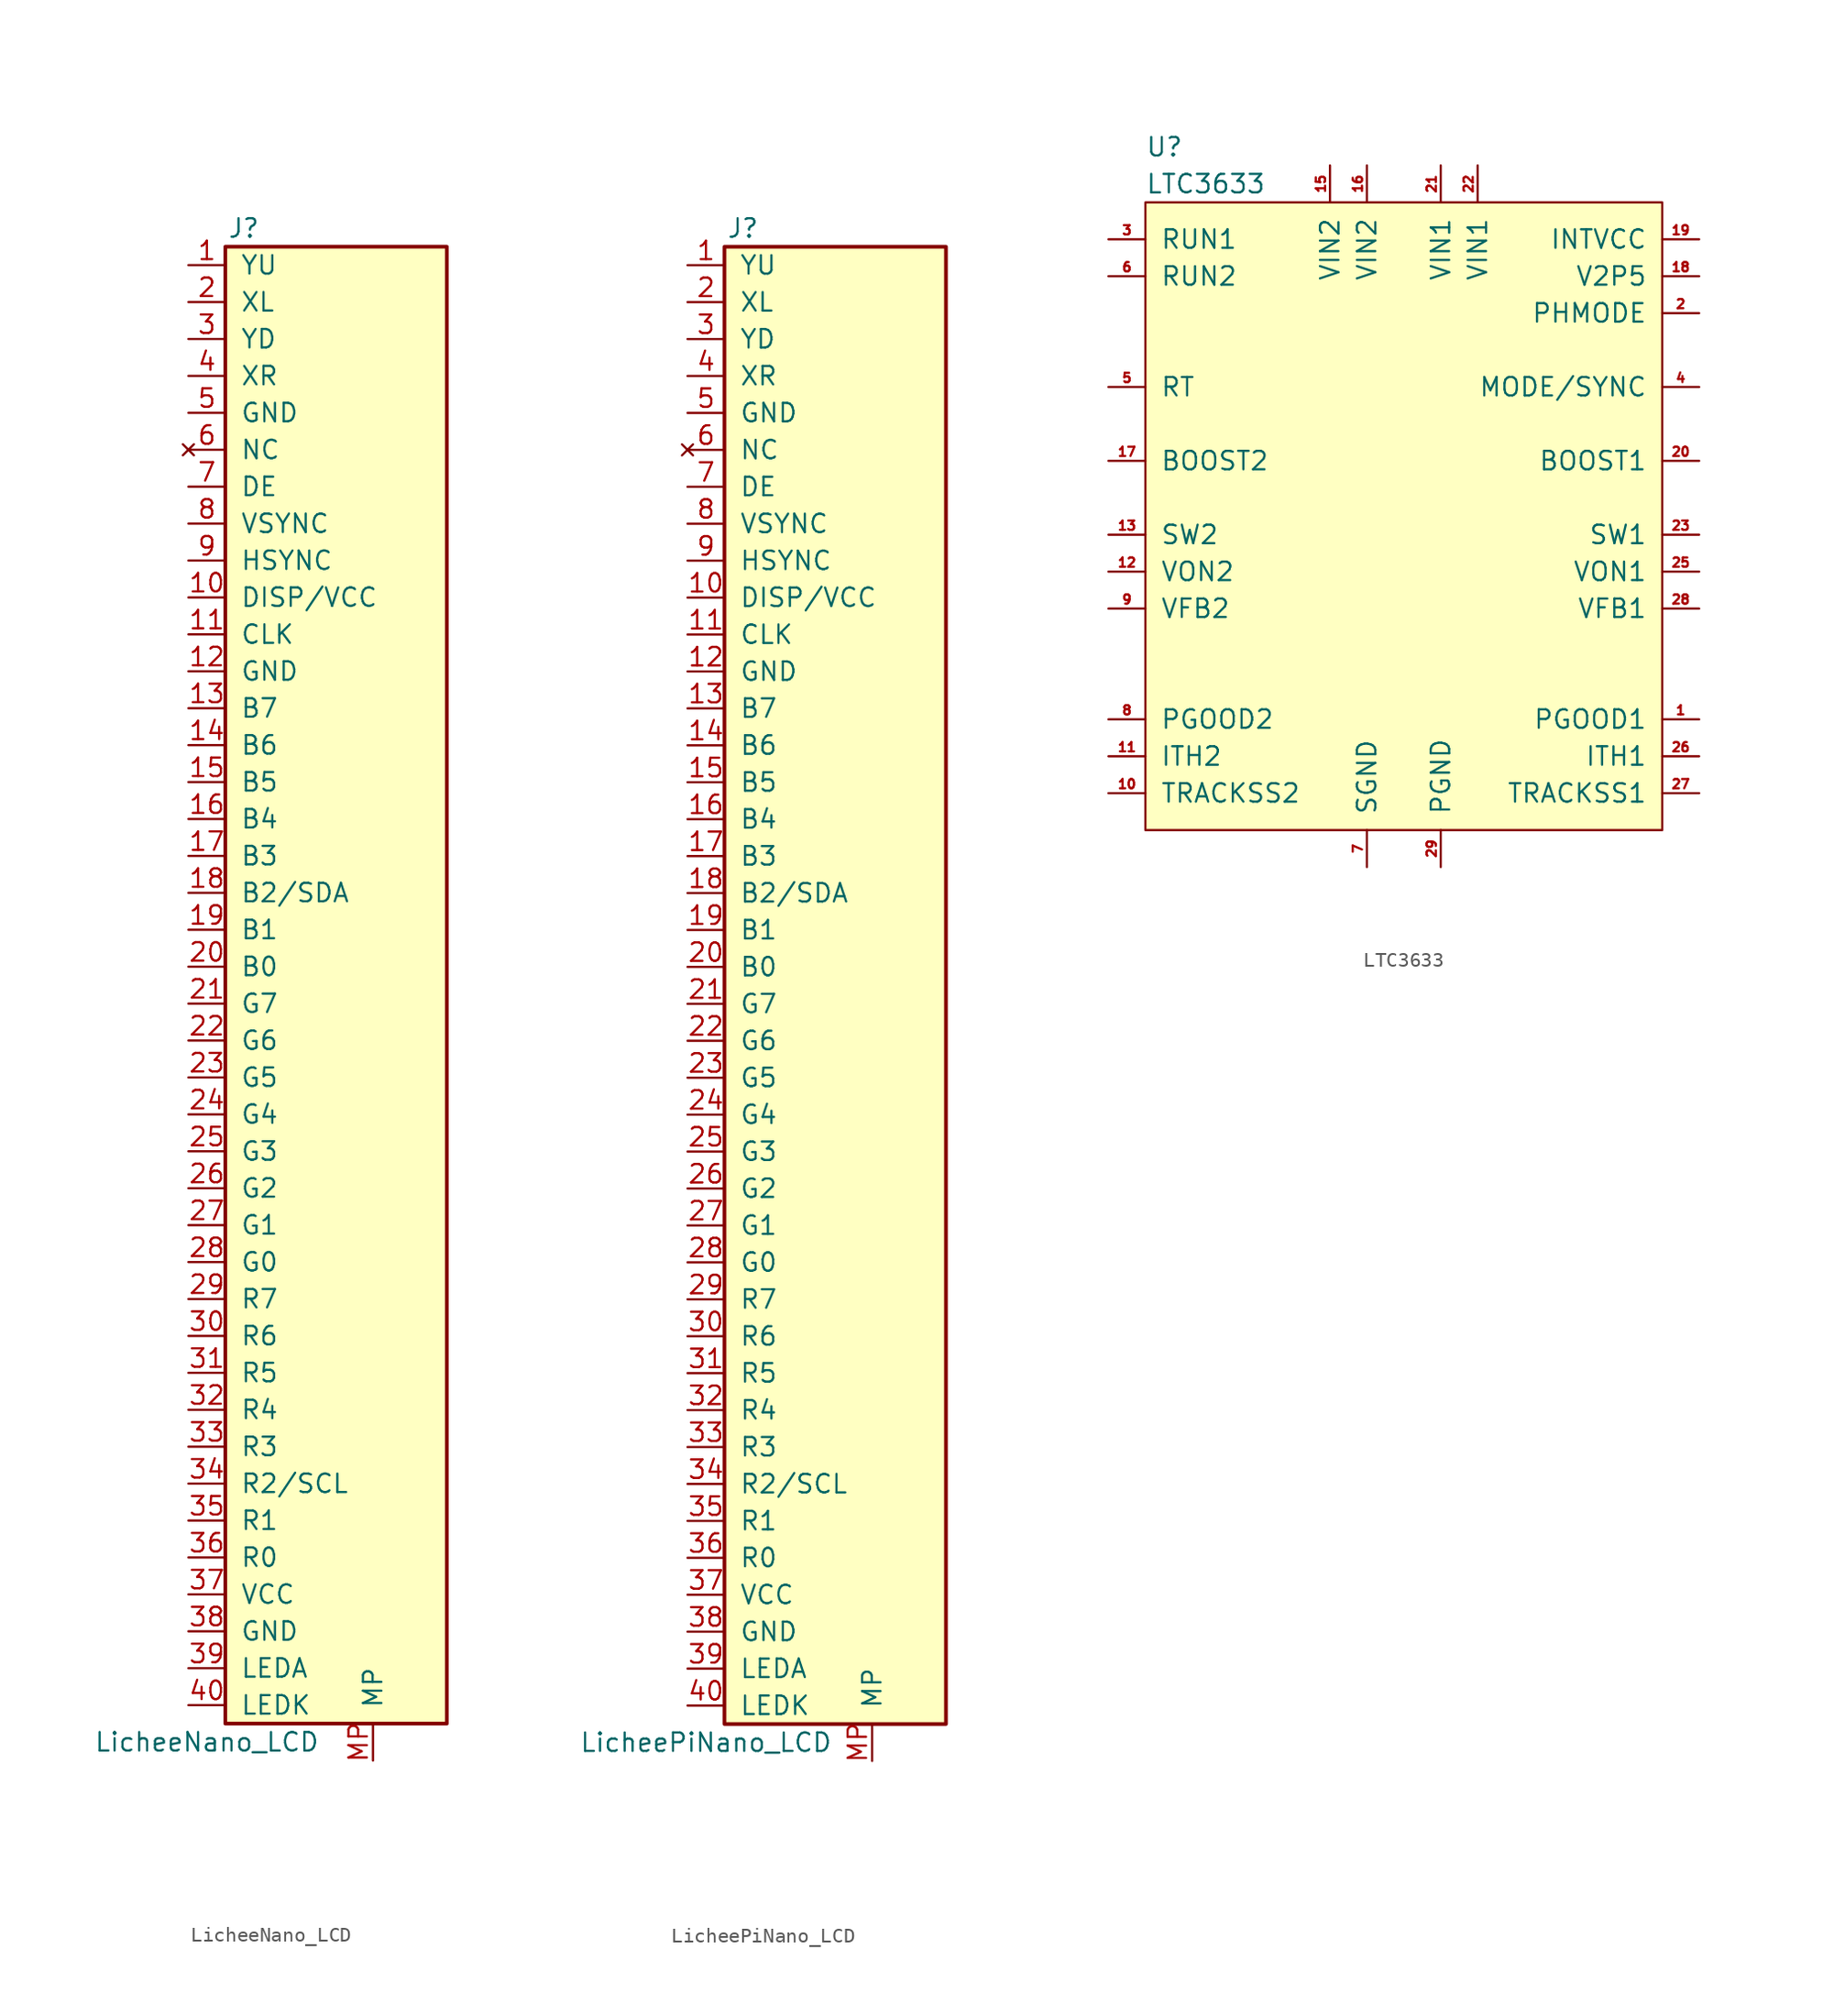
<source format=kicad_sym>
(kicad_symbol_lib
  (version 20211014)
  (generator kicad_symbol_editor)
  (symbol "LicheeNano_LCD"
    (pin_names
      (offset 1.016))
    (property "Reference" "J"
      (at -1.27 50.8 0)
      (effects (font (size 1.27 1.27))))
    (property "Value" "LicheeNano_LCD"
      (at -3.81 -53.34 0)
      (effects (font (size 1.27 1.27))))
    (symbol "LicheeNano_LCD_1_1"
      (rectangle (start -2.54 49.53) (end 12.7 -52.07) (stroke (width 0.254) (type default) (color 0 0 0 0)) (fill (type background)))
      (pin passive line (at -5.08 48.26 0) (length 2.54) (name "YU" (effects (font (size 1.27 1.27)))) (number "1" (effects (font (size 1.27 1.27)))))
      (pin power_out line (at -5.08 25.4 0) (length 2.54) (name "DISP/VCC" (effects (font (size 1.27 1.27)))) (number "10" (effects (font (size 1.27 1.27)))))
      (pin output line (at -5.08 22.86 0) (length 2.54) (name "CLK" (effects (font (size 1.27 1.27)))) (number "11" (effects (font (size 1.27 1.27)))))
      (pin power_out line (at -5.08 20.32 0) (length 2.54) (name "GND" (effects (font (size 1.27 1.27)))) (number "12" (effects (font (size 1.27 1.27)))))
      (pin output line (at -5.08 17.78 0) (length 2.54) (name "B7" (effects (font (size 1.27 1.27)))) (number "13" (effects (font (size 1.27 1.27)))))
      (pin output line (at -5.08 15.24 0) (length 2.54) (name "B6" (effects (font (size 1.27 1.27)))) (number "14" (effects (font (size 1.27 1.27)))))
      (pin output line (at -5.08 12.7 0) (length 2.54) (name "B5" (effects (font (size 1.27 1.27)))) (number "15" (effects (font (size 1.27 1.27)))))
      (pin output line (at -5.08 10.16 0) (length 2.54) (name "B4" (effects (font (size 1.27 1.27)))) (number "16" (effects (font (size 1.27 1.27)))))
      (pin output line (at -5.08 7.62 0) (length 2.54) (name "B3" (effects (font (size 1.27 1.27)))) (number "17" (effects (font (size 1.27 1.27)))))
      (pin bidirectional line (at -5.08 5.08 0) (length 2.54) (name "B2/SDA" (effects (font (size 1.27 1.27)))) (number "18" (effects (font (size 1.27 1.27)))))
      (pin output line (at -5.08 2.54 0) (length 2.54) (name "B1" (effects (font (size 1.27 1.27)))) (number "19" (effects (font (size 1.27 1.27)))))
      (pin passive line (at -5.08 45.72 0) (length 2.54) (name "XL" (effects (font (size 1.27 1.27)))) (number "2" (effects (font (size 1.27 1.27)))))
      (pin output line (at -5.08 0 0) (length 2.54) (name "B0" (effects (font (size 1.27 1.27)))) (number "20" (effects (font (size 1.27 1.27)))))
      (pin output line (at -5.08 -2.54 0) (length 2.54) (name "G7" (effects (font (size 1.27 1.27)))) (number "21" (effects (font (size 1.27 1.27)))))
      (pin output line (at -5.08 -5.08 0) (length 2.54) (name "G6" (effects (font (size 1.27 1.27)))) (number "22" (effects (font (size 1.27 1.27)))))
      (pin output line (at -5.08 -7.62 0) (length 2.54) (name "G5" (effects (font (size 1.27 1.27)))) (number "23" (effects (font (size 1.27 1.27)))))
      (pin output line (at -5.08 -10.16 0) (length 2.54) (name "G4" (effects (font (size 1.27 1.27)))) (number "24" (effects (font (size 1.27 1.27)))))
      (pin output line (at -5.08 -12.7 0) (length 2.54) (name "G3" (effects (font (size 1.27 1.27)))) (number "25" (effects (font (size 1.27 1.27)))))
      (pin output line (at -5.08 -15.24 0) (length 2.54) (name "G2" (effects (font (size 1.27 1.27)))) (number "26" (effects (font (size 1.27 1.27)))))
      (pin output line (at -5.08 -17.78 0) (length 2.54) (name "G1" (effects (font (size 1.27 1.27)))) (number "27" (effects (font (size 1.27 1.27)))))
      (pin output line (at -5.08 -20.32 0) (length 2.54) (name "G0" (effects (font (size 1.27 1.27)))) (number "28" (effects (font (size 1.27 1.27)))))
      (pin output line (at -5.08 -22.86 0) (length 2.54) (name "R7" (effects (font (size 1.27 1.27)))) (number "29" (effects (font (size 1.27 1.27)))))
      (pin passive line (at -5.08 43.18 0) (length 2.54) (name "YD" (effects (font (size 1.27 1.27)))) (number "3" (effects (font (size 1.27 1.27)))))
      (pin output line (at -5.08 -25.4 0) (length 2.54) (name "R6" (effects (font (size 1.27 1.27)))) (number "30" (effects (font (size 1.27 1.27)))))
      (pin output line (at -5.08 -27.94 0) (length 2.54) (name "R5" (effects (font (size 1.27 1.27)))) (number "31" (effects (font (size 1.27 1.27)))))
      (pin output line (at -5.08 -30.48 0) (length 2.54) (name "R4" (effects (font (size 1.27 1.27)))) (number "32" (effects (font (size 1.27 1.27)))))
      (pin output line (at -5.08 -33.02 0) (length 2.54) (name "R3" (effects (font (size 1.27 1.27)))) (number "33" (effects (font (size 1.27 1.27)))))
      (pin output line (at -5.08 -35.56 0) (length 2.54) (name "R2/SCL" (effects (font (size 1.27 1.27)))) (number "34" (effects (font (size 1.27 1.27)))))
      (pin output line (at -5.08 -38.1 0) (length 2.54) (name "R1" (effects (font (size 1.27 1.27)))) (number "35" (effects (font (size 1.27 1.27)))))
      (pin output line (at -5.08 -40.64 0) (length 2.54) (name "R0" (effects (font (size 1.27 1.27)))) (number "36" (effects (font (size 1.27 1.27)))))
      (pin power_out line (at -5.08 -43.18 0) (length 2.54) (name "VCC" (effects (font (size 1.27 1.27)))) (number "37" (effects (font (size 1.27 1.27)))))
      (pin power_out line (at -5.08 -45.72 0) (length 2.54) (name "GND" (effects (font (size 1.27 1.27)))) (number "38" (effects (font (size 1.27 1.27)))))
      (pin passive line (at -5.08 -48.26 0) (length 2.54) (name "LEDA" (effects (font (size 1.27 1.27)))) (number "39" (effects (font (size 1.27 1.27)))))
      (pin passive line (at -5.08 40.64 0) (length 2.54) (name "XR" (effects (font (size 1.27 1.27)))) (number "4" (effects (font (size 1.27 1.27)))))
      (pin passive line (at -5.08 -50.8 0) (length 2.54) (name "LEDK" (effects (font (size 1.27 1.27)))) (number "40" (effects (font (size 1.27 1.27)))))
      (pin power_out line (at -5.08 38.1 0) (length 2.54) (name "GND" (effects (font (size 1.27 1.27)))) (number "5" (effects (font (size 1.27 1.27)))))
      (pin no_connect line (at -5.08 35.56 0) (length 2.54) (name "NC" (effects (font (size 1.27 1.27)))) (number "6" (effects (font (size 1.27 1.27)))))
      (pin output line (at -5.08 33.02 0) (length 2.54) (name "DE" (effects (font (size 1.27 1.27)))) (number "7" (effects (font (size 1.27 1.27)))))
      (pin output line (at -5.08 30.48 0) (length 2.54) (name "VSYNC" (effects (font (size 1.27 1.27)))) (number "8" (effects (font (size 1.27 1.27)))))
      (pin output line (at -5.08 27.94 0) (length 2.54) (name "HSYNC" (effects (font (size 1.27 1.27)))) (number "9" (effects (font (size 1.27 1.27)))))
      (pin passive line (at 7.62 -54.61 90) (length 2.54) (name "MP" (effects (font (size 1.27 1.27)))) (number "MP" (effects (font (size 1.27 1.27)))))))
  (symbol "LicheePiNano_LCD"
    (pin_names
      (offset 1.016))
    (property "Reference" "J"
      (at -1.27 50.8 0)
      (effects (font (size 1.27 1.27))))
    (property "Value" "LicheePiNano_LCD"
      (at -3.81 -53.34 0)
      (effects (font (size 1.27 1.27))))
    (symbol "LicheePiNano_LCD_1_1"
      (rectangle (start -2.54 49.53) (end 12.7 -52.07) (stroke (width 0.254) (type default) (color 0 0 0 0)) (fill (type background)))
      (pin passive line (at -5.08 48.26 0) (length 2.54) (name "YU" (effects (font (size 1.27 1.27)))) (number "1" (effects (font (size 1.27 1.27)))))
      (pin power_out line (at -5.08 25.4 0) (length 2.54) (name "DISP/VCC" (effects (font (size 1.27 1.27)))) (number "10" (effects (font (size 1.27 1.27)))))
      (pin output line (at -5.08 22.86 0) (length 2.54) (name "CLK" (effects (font (size 1.27 1.27)))) (number "11" (effects (font (size 1.27 1.27)))))
      (pin power_out line (at -5.08 20.32 0) (length 2.54) (name "GND" (effects (font (size 1.27 1.27)))) (number "12" (effects (font (size 1.27 1.27)))))
      (pin output line (at -5.08 17.78 0) (length 2.54) (name "B7" (effects (font (size 1.27 1.27)))) (number "13" (effects (font (size 1.27 1.27)))))
      (pin output line (at -5.08 15.24 0) (length 2.54) (name "B6" (effects (font (size 1.27 1.27)))) (number "14" (effects (font (size 1.27 1.27)))))
      (pin output line (at -5.08 12.7 0) (length 2.54) (name "B5" (effects (font (size 1.27 1.27)))) (number "15" (effects (font (size 1.27 1.27)))))
      (pin output line (at -5.08 10.16 0) (length 2.54) (name "B4" (effects (font (size 1.27 1.27)))) (number "16" (effects (font (size 1.27 1.27)))))
      (pin output line (at -5.08 7.62 0) (length 2.54) (name "B3" (effects (font (size 1.27 1.27)))) (number "17" (effects (font (size 1.27 1.27)))))
      (pin bidirectional line (at -5.08 5.08 0) (length 2.54) (name "B2/SDA" (effects (font (size 1.27 1.27)))) (number "18" (effects (font (size 1.27 1.27)))))
      (pin output line (at -5.08 2.54 0) (length 2.54) (name "B1" (effects (font (size 1.27 1.27)))) (number "19" (effects (font (size 1.27 1.27)))))
      (pin passive line (at -5.08 45.72 0) (length 2.54) (name "XL" (effects (font (size 1.27 1.27)))) (number "2" (effects (font (size 1.27 1.27)))))
      (pin output line (at -5.08 0 0) (length 2.54) (name "B0" (effects (font (size 1.27 1.27)))) (number "20" (effects (font (size 1.27 1.27)))))
      (pin output line (at -5.08 -2.54 0) (length 2.54) (name "G7" (effects (font (size 1.27 1.27)))) (number "21" (effects (font (size 1.27 1.27)))))
      (pin output line (at -5.08 -5.08 0) (length 2.54) (name "G6" (effects (font (size 1.27 1.27)))) (number "22" (effects (font (size 1.27 1.27)))))
      (pin output line (at -5.08 -7.62 0) (length 2.54) (name "G5" (effects (font (size 1.27 1.27)))) (number "23" (effects (font (size 1.27 1.27)))))
      (pin output line (at -5.08 -10.16 0) (length 2.54) (name "G4" (effects (font (size 1.27 1.27)))) (number "24" (effects (font (size 1.27 1.27)))))
      (pin output line (at -5.08 -12.7 0) (length 2.54) (name "G3" (effects (font (size 1.27 1.27)))) (number "25" (effects (font (size 1.27 1.27)))))
      (pin output line (at -5.08 -15.24 0) (length 2.54) (name "G2" (effects (font (size 1.27 1.27)))) (number "26" (effects (font (size 1.27 1.27)))))
      (pin output line (at -5.08 -17.78 0) (length 2.54) (name "G1" (effects (font (size 1.27 1.27)))) (number "27" (effects (font (size 1.27 1.27)))))
      (pin output line (at -5.08 -20.32 0) (length 2.54) (name "G0" (effects (font (size 1.27 1.27)))) (number "28" (effects (font (size 1.27 1.27)))))
      (pin output line (at -5.08 -22.86 0) (length 2.54) (name "R7" (effects (font (size 1.27 1.27)))) (number "29" (effects (font (size 1.27 1.27)))))
      (pin passive line (at -5.08 43.18 0) (length 2.54) (name "YD" (effects (font (size 1.27 1.27)))) (number "3" (effects (font (size 1.27 1.27)))))
      (pin output line (at -5.08 -25.4 0) (length 2.54) (name "R6" (effects (font (size 1.27 1.27)))) (number "30" (effects (font (size 1.27 1.27)))))
      (pin output line (at -5.08 -27.94 0) (length 2.54) (name "R5" (effects (font (size 1.27 1.27)))) (number "31" (effects (font (size 1.27 1.27)))))
      (pin output line (at -5.08 -30.48 0) (length 2.54) (name "R4" (effects (font (size 1.27 1.27)))) (number "32" (effects (font (size 1.27 1.27)))))
      (pin output line (at -5.08 -33.02 0) (length 2.54) (name "R3" (effects (font (size 1.27 1.27)))) (number "33" (effects (font (size 1.27 1.27)))))
      (pin output line (at -5.08 -35.56 0) (length 2.54) (name "R2/SCL" (effects (font (size 1.27 1.27)))) (number "34" (effects (font (size 1.27 1.27)))))
      (pin output line (at -5.08 -38.1 0) (length 2.54) (name "R1" (effects (font (size 1.27 1.27)))) (number "35" (effects (font (size 1.27 1.27)))))
      (pin output line (at -5.08 -40.64 0) (length 2.54) (name "R0" (effects (font (size 1.27 1.27)))) (number "36" (effects (font (size 1.27 1.27)))))
      (pin power_out line (at -5.08 -43.18 0) (length 2.54) (name "VCC" (effects (font (size 1.27 1.27)))) (number "37" (effects (font (size 1.27 1.27)))))
      (pin power_out line (at -5.08 -45.72 0) (length 2.54) (name "GND" (effects (font (size 1.27 1.27)))) (number "38" (effects (font (size 1.27 1.27)))))
      (pin passive line (at -5.08 -48.26 0) (length 2.54) (name "LEDA" (effects (font (size 1.27 1.27)))) (number "39" (effects (font (size 1.27 1.27)))))
      (pin passive line (at -5.08 40.64 0) (length 2.54) (name "XR" (effects (font (size 1.27 1.27)))) (number "4" (effects (font (size 1.27 1.27)))))
      (pin passive line (at -5.08 -50.8 0) (length 2.54) (name "LEDK" (effects (font (size 1.27 1.27)))) (number "40" (effects (font (size 1.27 1.27)))))
      (pin power_out line (at -5.08 38.1 0) (length 2.54) (name "GND" (effects (font (size 1.27 1.27)))) (number "5" (effects (font (size 1.27 1.27)))))
      (pin no_connect line (at -5.08 35.56 0) (length 2.54) (name "NC" (effects (font (size 1.27 1.27)))) (number "6" (effects (font (size 1.27 1.27)))))
      (pin output line (at -5.08 33.02 0) (length 2.54) (name "DE" (effects (font (size 1.27 1.27)))) (number "7" (effects (font (size 1.27 1.27)))))
      (pin output line (at -5.08 30.48 0) (length 2.54) (name "VSYNC" (effects (font (size 1.27 1.27)))) (number "8" (effects (font (size 1.27 1.27)))))
      (pin output line (at -5.08 27.94 0) (length 2.54) (name "HSYNC" (effects (font (size 1.27 1.27)))) (number "9" (effects (font (size 1.27 1.27)))))
      (pin passive line (at 7.62 -54.61 90) (length 2.54) (name "MP" (effects (font (size 1.27 1.27)))) (number "MP" (effects (font (size 1.27 1.27)))))))
  (symbol "LTC3633"
    (pin_names
      (offset 1.016))
    (property "Reference" "U"
      (at 0 3.81 0)
      (effects (font (size 1.27 1.27)) (justify left)))
    (property "Value" "LTC3633"
      (at 0 1.27 0)
      (effects (font (size 1.27 1.27)) (justify left)))
    (symbol "LTC3633_0_1"
      (rectangle (start 0 0) (end 35.56 -43.18) (stroke (width 0) (type default) (color 0 0 0 0)) (fill (type background))))
    (symbol "LTC3633_1_1"
      (pin open_collector line (at 38.1 -35.56 180) (length 2.54) (name "PGOOD1" (effects (font (size 1.27 1.27)))) (number "1" (effects (font (size 0.635 0.635)))))
      (pin input line (at -2.54 -40.64 0) (length 2.54) (name "TRACKSS2" (effects (font (size 1.27 1.27)))) (number "10" (effects (font (size 0.635 0.635)))))
      (pin input line (at -2.54 -38.1 0) (length 2.54) (name "ITH2" (effects (font (size 1.27 1.27)))) (number "11" (effects (font (size 0.635 0.635)))))
      (pin input line (at -2.54 -25.4 0) (length 2.54) (name "VON2" (effects (font (size 1.27 1.27)))) (number "12" (effects (font (size 0.635 0.635)))))
      (pin power_out line (at -2.54 -22.86 0) (length 2.54) (name "SW2" (effects (font (size 1.27 1.27)))) (number "13" (effects (font (size 0.635 0.635)))))
      (pin passive line (at -2.54 -22.86 0) (length 2.54) hide (name "SW2" (effects (font (size 1.27 1.27)))) (number "14" (effects (font (size 0.635 0.635)))))
      (pin power_in line (at 12.7 2.54 270) (length 2.54) (name "VIN2" (effects (font (size 1.27 1.27)))) (number "15" (effects (font (size 0.635 0.635)))))
      (pin power_in line (at 15.24 2.54 270) (length 2.54) (name "VIN2" (effects (font (size 1.27 1.27)))) (number "16" (effects (font (size 0.635 0.635)))))
      (pin output line (at -2.54 -17.78 0) (length 2.54) (name "BOOST2" (effects (font (size 1.27 1.27)))) (number "17" (effects (font (size 0.635 0.635)))))
      (pin power_out line (at 38.1 -5.08 180) (length 2.54) (name "V2P5" (effects (font (size 1.27 1.27)))) (number "18" (effects (font (size 0.635 0.635)))))
      (pin power_in line (at 38.1 -2.54 180) (length 2.54) (name "INTVCC" (effects (font (size 1.27 1.27)))) (number "19" (effects (font (size 0.635 0.635)))))
      (pin input line (at 38.1 -7.62 180) (length 2.54) (name "PHMODE" (effects (font (size 1.27 1.27)))) (number "2" (effects (font (size 0.635 0.635)))))
      (pin output line (at 38.1 -17.78 180) (length 2.54) (name "BOOST1" (effects (font (size 1.27 1.27)))) (number "20" (effects (font (size 0.635 0.635)))))
      (pin power_in line (at 20.32 2.54 270) (length 2.54) (name "VIN1" (effects (font (size 1.27 1.27)))) (number "21" (effects (font (size 0.635 0.635)))))
      (pin power_in line (at 22.86 2.54 270) (length 2.54) (name "VIN1" (effects (font (size 1.27 1.27)))) (number "22" (effects (font (size 0.635 0.635)))))
      (pin power_out line (at 38.1 -22.86 180) (length 2.54) (name "SW1" (effects (font (size 1.27 1.27)))) (number "23" (effects (font (size 0.635 0.635)))))
      (pin passive line (at 38.1 -22.86 180) (length 2.54) hide (name "SW1" (effects (font (size 1.27 1.27)))) (number "24" (effects (font (size 0.635 0.635)))))
      (pin input line (at 38.1 -25.4 180) (length 2.54) (name "VON1" (effects (font (size 1.27 1.27)))) (number "25" (effects (font (size 0.635 0.635)))))
      (pin input line (at 38.1 -38.1 180) (length 2.54) (name "ITH1" (effects (font (size 1.27 1.27)))) (number "26" (effects (font (size 0.635 0.635)))))
      (pin input line (at 38.1 -40.64 180) (length 2.54) (name "TRACKSS1" (effects (font (size 1.27 1.27)))) (number "27" (effects (font (size 0.635 0.635)))))
      (pin input line (at 38.1 -27.94 180) (length 2.54) (name "VFB1" (effects (font (size 1.27 1.27)))) (number "28" (effects (font (size 0.635 0.635)))))
      (pin power_in line (at 20.32 -45.72 90) (length 2.54) (name "PGND" (effects (font (size 1.27 1.27)))) (number "29" (effects (font (size 0.635 0.635)))))
      (pin power_in line (at -2.54 -2.54 0) (length 2.54) (name "RUN1" (effects (font (size 1.27 1.27)))) (number "3" (effects (font (size 0.635 0.635)))))
      (pin input line (at 38.1 -12.7 180) (length 2.54) (name "MODE/SYNC" (effects (font (size 1.27 1.27)))) (number "4" (effects (font (size 0.635 0.635)))))
      (pin passive line (at -2.54 -12.7 0) (length 2.54) (name "RT" (effects (font (size 1.27 1.27)))) (number "5" (effects (font (size 0.635 0.635)))))
      (pin power_in line (at -2.54 -5.08 0) (length 2.54) (name "RUN2" (effects (font (size 1.27 1.27)))) (number "6" (effects (font (size 0.635 0.635)))))
      (pin power_in line (at 15.24 -45.72 90) (length 2.54) (name "SGND" (effects (font (size 1.27 1.27)))) (number "7" (effects (font (size 0.635 0.635)))))
      (pin open_collector line (at -2.54 -35.56 0) (length 2.54) (name "PGOOD2" (effects (font (size 1.27 1.27)))) (number "8" (effects (font (size 0.635 0.635)))))
      (pin input line (at -2.54 -27.94 0) (length 2.54) (name "VFB2" (effects (font (size 1.27 1.27)))) (number "9" (effects (font (size 0.635 0.635))))))))
</source>
